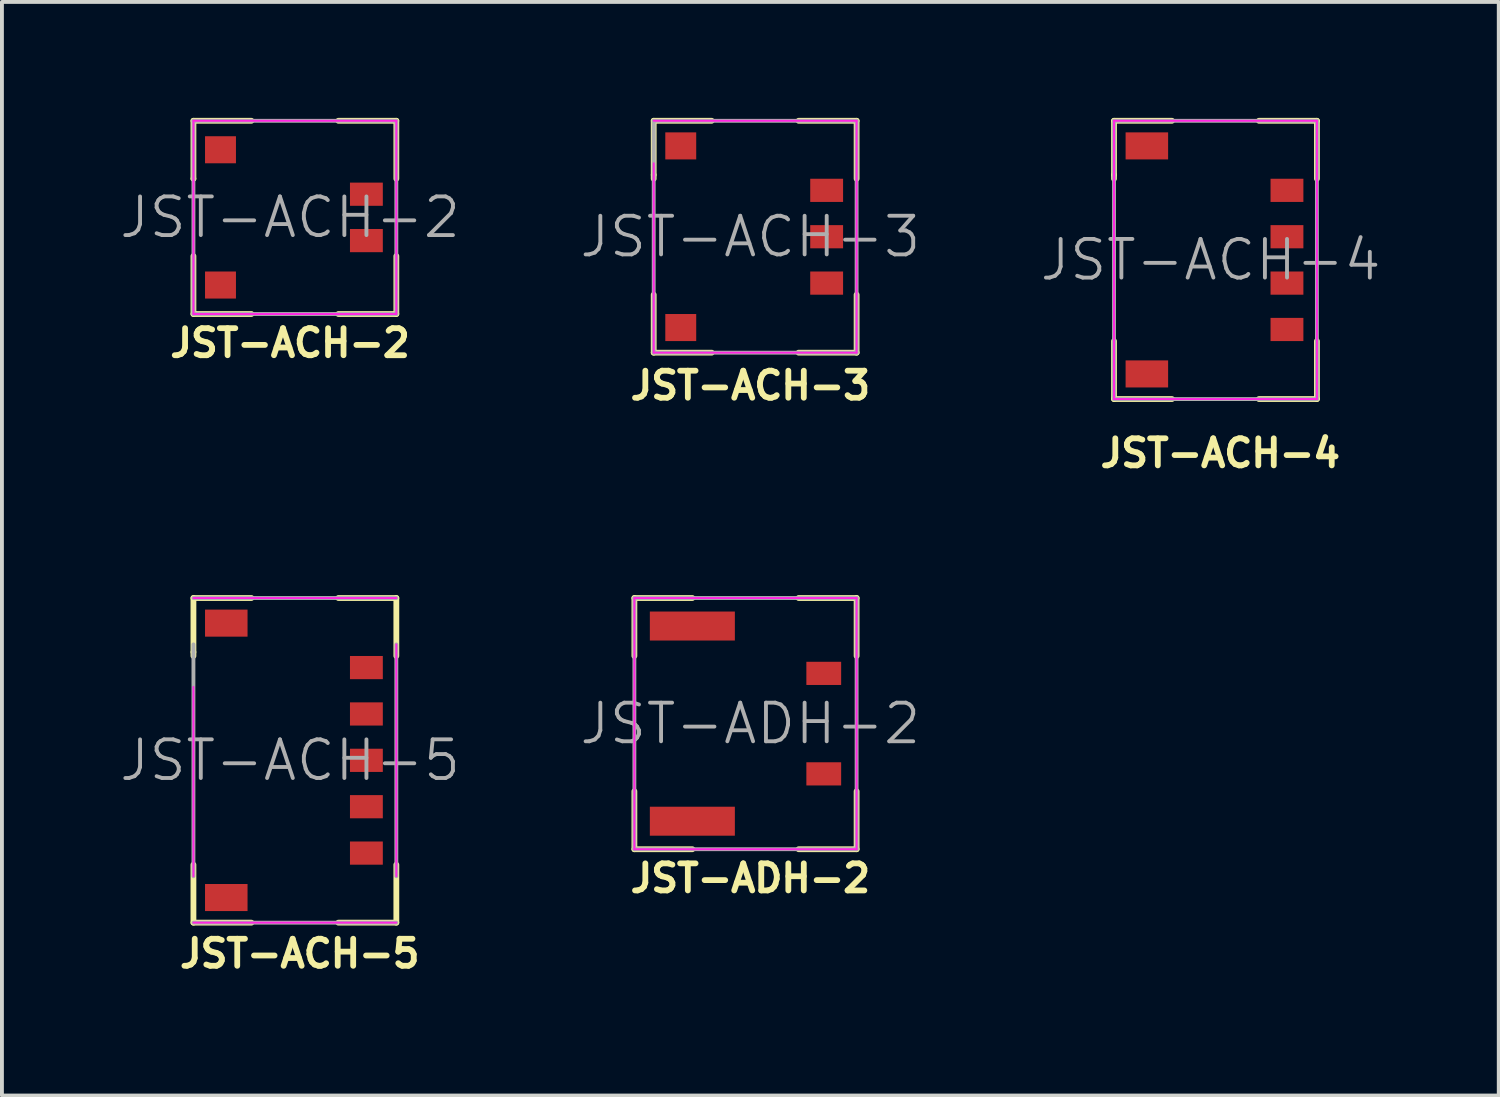
<source format=kicad_pcb>
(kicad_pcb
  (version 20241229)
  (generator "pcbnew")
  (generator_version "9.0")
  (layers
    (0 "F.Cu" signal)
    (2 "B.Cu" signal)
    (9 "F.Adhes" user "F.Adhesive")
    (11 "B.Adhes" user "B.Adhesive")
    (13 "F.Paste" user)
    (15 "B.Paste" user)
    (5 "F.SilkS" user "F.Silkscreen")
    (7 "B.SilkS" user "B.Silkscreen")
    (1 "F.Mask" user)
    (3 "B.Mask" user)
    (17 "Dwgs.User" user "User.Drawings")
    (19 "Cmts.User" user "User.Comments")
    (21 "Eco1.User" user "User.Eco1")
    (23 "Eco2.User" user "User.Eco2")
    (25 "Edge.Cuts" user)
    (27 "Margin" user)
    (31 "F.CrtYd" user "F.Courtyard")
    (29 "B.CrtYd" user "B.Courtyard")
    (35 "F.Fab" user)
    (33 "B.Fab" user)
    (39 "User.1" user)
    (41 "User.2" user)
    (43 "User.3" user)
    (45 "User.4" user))
  (footprint "JST-ACH-2"
    (layer "F.Cu")
    (at 4.455 2.575)
    (property "Reference" "JST-ACH-2" (at 0 3.25 0) (layer "F.SilkS") (effects (font (size 0.7 0.7) (thickness 0.15))))
    (attr through_hole)
    (fp_line (start -2.5 -2.5) (end -2.5 -1) (stroke (width 0.15) (type solid)) (layer "F.SilkS"))
    (fp_line (start -2.5 -2.5) (end -1 -2.5) (stroke (width 0.15) (type solid)) (layer "F.SilkS"))
    (fp_line (start -2.5 -1) (end -2.5 -1) (stroke (width 0.15) (type solid)) (layer "F.SilkS"))
    (fp_line (start -2.5 2.5) (end -2.5 1) (stroke (width 0.15) (type solid)) (layer "F.SilkS"))
    (fp_line (start -1 2.5) (end -2.5 2.5) (stroke (width 0.15) (type solid)) (layer "F.SilkS"))
    (fp_line (start 1.25 -2.5) (end 2.75 -2.5) (stroke (width 0.15) (type solid)) (layer "F.SilkS"))
    (fp_line (start 2.75 -2.5) (end 2.75 -1) (stroke (width 0.15) (type solid)) (layer "F.SilkS"))
    (fp_line (start 2.75 1) (end 2.75 2.5) (stroke (width 0.15) (type solid)) (layer "F.SilkS"))
    (fp_line (start 2.75 2.5) (end 1.25 2.5) (stroke (width 0.15) (type solid)) (layer "F.SilkS"))
    (fp_line (start -2.5 -2.5) (end 2.75 -2.5) (stroke (width 0.05) (type solid)) (layer "F.CrtYd"))
    (fp_line (start -2.5 2.5) (end -2.5 -2.5) (stroke (width 0.05) (type solid)) (layer "F.CrtYd"))
    (fp_line (start 2.75 -2.5) (end 2.75 2.5) (stroke (width 0.05) (type solid)) (layer "F.CrtYd"))
    (fp_line (start 2.75 2.5) (end -2.5 2.5) (stroke (width 0.05) (type solid)) (layer "F.CrtYd"))
    (fp_line (start -2.5 -2.5) (end 2.75 -2.5) (stroke (width 0.1) (type solid)) (layer "F.Fab"))
    (fp_line (start -2.5 2.5) (end -2.5 -2.5) (stroke (width 0.1) (type solid)) (layer "F.Fab"))
    (fp_line (start 2.75 -2.5) (end 2.75 2.5) (stroke (width 0.1) (type solid)) (layer "F.Fab"))
    (fp_line (start 2.75 2.5) (end -2.5 2.5) (stroke (width 0.1) (type solid)) (layer "F.Fab"))
    (fp_text user "${REFERENCE}" (at 0 0 0) (layer "F.Fab") (effects (font (size 1 1) (thickness 0.1))))
    (pad "" smd rect (at -1.8 -1.75) (size 0.8 0.7) (layers "F.Cu" "F.Mask" "F.Paste"))
    (pad "" smd rect (at -1.8 1.75) (size 0.8 0.7) (layers "F.Cu" "F.Mask" "F.Paste"))
    (pad "1" smd rect (at 1.975 -0.6) (size 0.85 0.6) (layers "F.Cu" "F.Mask" "F.Paste"))
    (pad "2" smd rect (at 1.975 0.6) (size 0.85 0.6) (layers "F.Cu" "F.Mask" "F.Paste")))
  (footprint "JST-ADH-2"
    (layer "F.Cu")
    (at 16.364 15.673)
    (property "Reference" "JST-ADH-2" (at 0 4 0) (layer "F.SilkS") (effects (font (size 0.7 0.7) (thickness 0.15))))
    (attr through_hole)
    (fp_line (start -3 -3.25) (end -3 -1.75) (stroke (width 0.15) (type solid)) (layer "F.SilkS"))
    (fp_line (start -3 -3.25) (end -1.5 -3.25) (stroke (width 0.15) (type solid)) (layer "F.SilkS"))
    (fp_line (start -3 3.25) (end -3 1.75) (stroke (width 0.15) (type solid)) (layer "F.SilkS"))
    (fp_line (start -3 3.25) (end -1.5 3.25) (stroke (width 0.15) (type solid)) (layer "F.SilkS"))
    (fp_line (start 1.25 -3.25) (end 2.75 -3.25) (stroke (width 0.15) (type solid)) (layer "F.SilkS"))
    (fp_line (start 1.25 3.25) (end 2.75 3.25) (stroke (width 0.15) (type solid)) (layer "F.SilkS"))
    (fp_line (start 2.75 -3.25) (end 2.75 -1.75) (stroke (width 0.15) (type solid)) (layer "F.SilkS"))
    (fp_line (start 2.75 3.25) (end 2.75 1.75) (stroke (width 0.15) (type solid)) (layer "F.SilkS"))
    (fp_line (start -3 -3.25) (end -3 3.25) (stroke (width 0.05) (type solid)) (layer "F.CrtYd"))
    (fp_line (start -3 -3.25) (end 2.75 -3.25) (stroke (width 0.05) (type solid)) (layer "F.CrtYd"))
    (fp_line (start -3 3.25) (end 2.75 3.25) (stroke (width 0.05) (type solid)) (layer "F.CrtYd"))
    (fp_line (start 2.75 3.25) (end 2.75 -3.25) (stroke (width 0.05) (type solid)) (layer "F.CrtYd"))
    (fp_line (start -3 -3.25) (end 2.75 -3.25) (stroke (width 0.1) (type solid)) (layer "F.Fab"))
    (fp_line (start -3 3.25) (end -3 -3.25) (stroke (width 0.1) (type solid)) (layer "F.Fab"))
    (fp_line (start -3 3.25) (end 2.75 3.25) (stroke (width 0.1) (type solid)) (layer "F.Fab"))
    (fp_line (start 2.75 -3.25) (end 2.75 3.25) (stroke (width 0.1) (type solid)) (layer "F.Fab"))
    (fp_text user "${REFERENCE}" (at 0 0 0) (layer "F.Fab") (effects (font (size 1 1) (thickness 0.1))))
    (pad "" smd rect (at -1.5 -2.525) (size 2.2 0.75) (layers "F.Cu" "F.Mask" "F.Paste"))
    (pad "" smd rect (at -1.5 2.525 180) (size 2.2 0.75) (layers "F.Cu" "F.Mask" "F.Paste"))
    (pad "1" smd rect (at 1.9 -1.3) (size 0.9 0.6) (layers "F.Cu" "F.Mask" "F.Paste"))
    (pad "2" smd rect (at 1.9 1.3 180) (size 0.9 0.6) (layers "F.Cu" "F.Mask" "F.Paste")))
  (footprint "JST-ACH-3"
    (layer "F.Cu")
    (at 16.364 3.075)
    (property "Reference" "JST-ACH-3" (at 0 3.85 0) (layer "F.SilkS") (effects (font (size 0.7 0.7) (thickness 0.15))))
    (attr through_hole)
    (fp_line (start -2.5 -3) (end -2.5 -1.5) (stroke (width 0.15) (type solid)) (layer "F.SilkS"))
    (fp_line (start -2.5 -3) (end -1 -3) (stroke (width 0.15) (type solid)) (layer "F.SilkS"))
    (fp_line (start -2.5 -1.6) (end -2.5 -1.6) (stroke (width 0.15) (type solid)) (layer "F.SilkS"))
    (fp_line (start -2.5 3) (end -2.5 1.5) (stroke (width 0.15) (type solid)) (layer "F.SilkS"))
    (fp_line (start -1 3) (end -2.5 3) (stroke (width 0.15) (type solid)) (layer "F.SilkS"))
    (fp_line (start 1.25 -3) (end 2.75 -3) (stroke (width 0.15) (type solid)) (layer "F.SilkS"))
    (fp_line (start 2.75 -3) (end 2.75 -1.5) (stroke (width 0.15) (type solid)) (layer "F.SilkS"))
    (fp_line (start 2.75 1.5) (end 2.75 3) (stroke (width 0.15) (type solid)) (layer "F.SilkS"))
    (fp_line (start 2.75 3) (end 1.25 3) (stroke (width 0.15) (type solid)) (layer "F.SilkS"))
    (fp_line (start -2.5 -3) (end 2.75 -3) (stroke (width 0.05) (type solid)) (layer "F.CrtYd"))
    (fp_line (start -2.5 3) (end -2.5 -1.9) (stroke (width 0.05) (type solid)) (layer "F.CrtYd"))
    (fp_line (start 2.75 -3) (end 2.75 3) (stroke (width 0.05) (type solid)) (layer "F.CrtYd"))
    (fp_line (start 2.75 3) (end -2.5 3) (stroke (width 0.05) (type solid)) (layer "F.CrtYd"))
    (fp_line (start -2.5 -3) (end 2.75 -3) (stroke (width 0.1) (type solid)) (layer "F.Fab"))
    (fp_line (start -2.5 3) (end -2.5 -3) (stroke (width 0.1) (type solid)) (layer "F.Fab"))
    (fp_line (start 2.75 -3) (end 2.75 3) (stroke (width 0.1) (type solid)) (layer "F.Fab"))
    (fp_line (start 2.75 3) (end -2.5 3) (stroke (width 0.1) (type solid)) (layer "F.Fab"))
    (fp_text user "${REFERENCE}" (at 0 0 0) (layer "F.Fab") (effects (font (size 1 1) (thickness 0.1))))
    (pad "" smd rect (at -1.8 -2.35) (size 0.8 0.7) (layers "F.Cu" "F.Mask" "F.Paste"))
    (pad "" smd rect (at -1.8 2.35) (size 0.8 0.7) (layers "F.Cu" "F.Mask" "F.Paste"))
    (pad "1" smd rect (at 1.975 -1.2) (size 0.85 0.6) (layers "F.Cu" "F.Mask" "F.Paste"))
    (pad "2" smd rect (at 1.975 0) (size 0.85 0.6) (layers "F.Cu" "F.Mask" "F.Paste"))
    (pad "3" smd rect (at 1.975 1.2) (size 0.85 0.6) (layers "F.Cu" "F.Mask" "F.Paste")))
  (footprint "JST-ACH-5"
    (layer "F.Cu")
    (at 4.455 16.623)
    (property "Reference" "JST-ACH-5" (at 0.25 5 0) (layer "F.SilkS") (effects (font (size 0.7 0.7) (thickness 0.15))))
    (attr through_hole)
    (fp_line (start -2.5 -4.2) (end -2.5 -2.7) (stroke (width 0.15) (type solid)) (layer "F.SilkS"))
    (fp_line (start -2.5 -4.2) (end -1 -4.2) (stroke (width 0.15) (type solid)) (layer "F.SilkS"))
    (fp_line (start -2.5 -2.8) (end -2.5 -2.8) (stroke (width 0.15) (type solid)) (layer "F.SilkS"))
    (fp_line (start -2.5 4.2) (end -2.5 2.7) (stroke (width 0.15) (type solid)) (layer "F.SilkS"))
    (fp_line (start -1 4.2) (end -2.5 4.2) (stroke (width 0.15) (type solid)) (layer "F.SilkS"))
    (fp_line (start 1.25 -4.2) (end 2.75 -4.2) (stroke (width 0.15) (type solid)) (layer "F.SilkS"))
    (fp_line (start 2.75 -4.2) (end 2.75 -2.7) (stroke (width 0.15) (type solid)) (layer "F.SilkS"))
    (fp_line (start 2.75 2.7) (end 2.75 4.2) (stroke (width 0.15) (type solid)) (layer "F.SilkS"))
    (fp_line (start 2.75 4.2) (end 1.25 4.2) (stroke (width 0.15) (type solid)) (layer "F.SilkS"))
    (fp_line (start -2.5 -4.2) (end 2.75 -4.2) (stroke (width 0.05) (type solid)) (layer "F.CrtYd"))
    (fp_line (start -2.5 3) (end -2.5 -1.9) (stroke (width 0.05) (type solid)) (layer "F.CrtYd"))
    (fp_line (start 2.75 -3) (end 2.75 3) (stroke (width 0.05) (type solid)) (layer "F.CrtYd"))
    (fp_line (start 2.75 4.2) (end -2.5 4.2) (stroke (width 0.05) (type solid)) (layer "F.CrtYd"))
    (fp_line (start -2.5 -4.2) (end 2.75 -4.2) (stroke (width 0.1) (type solid)) (layer "F.Fab"))
    (fp_line (start -2.5 3) (end -2.5 -3) (stroke (width 0.1) (type solid)) (layer "F.Fab"))
    (fp_line (start 2.75 -3) (end 2.75 3) (stroke (width 0.1) (type solid)) (layer "F.Fab"))
    (fp_line (start 2.75 4.2) (end -2.5 4.2) (stroke (width 0.1) (type solid)) (layer "F.Fab"))
    (fp_text user "${REFERENCE}" (at 0 0 0) (layer "F.Fab") (effects (font (size 1 1) (thickness 0.1))))
    (pad "" smd rect (at -1.65 -3.55) (size 1.1 0.7) (layers "F.Cu" "F.Mask" "F.Paste"))
    (pad "" smd rect (at -1.65 3.55) (size 1.1 0.7) (layers "F.Cu" "F.Mask" "F.Paste"))
    (pad "1" smd rect (at 1.975 -2.4) (size 0.85 0.6) (layers "F.Cu" "F.Mask" "F.Paste"))
    (pad "2" smd rect (at 1.975 -1.2) (size 0.85 0.6) (layers "F.Cu" "F.Mask" "F.Paste"))
    (pad "3" smd rect (at 1.975 0) (size 0.85 0.6) (layers "F.Cu" "F.Mask" "F.Paste"))
    (pad "4" smd rect (at 1.975 1.2) (size 0.85 0.6) (layers "F.Cu" "F.Mask" "F.Paste"))
    (pad "5" smd rect (at 1.975 2.4) (size 0.85 0.6) (layers "F.Cu" "F.Mask" "F.Paste")))
  (footprint "JST-ACH-4"
    (layer "F.Cu")
    (at 28.274 3.675)
    (property "Reference" "JST-ACH-4" (at 0.25 5 0) (layer "F.SilkS") (effects (font (size 0.7 0.7) (thickness 0.15))))
    (attr through_hole)
    (fp_line (start -2.5 -3.6) (end -2.5 -2.1) (stroke (width 0.15) (type solid)) (layer "F.SilkS"))
    (fp_line (start -2.5 -3.6) (end -1 -3.6) (stroke (width 0.15) (type solid)) (layer "F.SilkS"))
    (fp_line (start -2.5 -2.2) (end -2.5 -2.2) (stroke (width 0.15) (type solid)) (layer "F.SilkS"))
    (fp_line (start -2.5 3.6) (end -2.5 2.1) (stroke (width 0.15) (type solid)) (layer "F.SilkS"))
    (fp_line (start -1 3.6) (end -2.5 3.6) (stroke (width 0.15) (type solid)) (layer "F.SilkS"))
    (fp_line (start 1.25 -3.6) (end 2.75 -3.6) (stroke (width 0.15) (type solid)) (layer "F.SilkS"))
    (fp_line (start 2.75 -3.6) (end 2.75 -2.1) (stroke (width 0.15) (type solid)) (layer "F.SilkS"))
    (fp_line (start 2.75 2.1) (end 2.75 3.6) (stroke (width 0.15) (type solid)) (layer "F.SilkS"))
    (fp_line (start 2.75 3.6) (end 1.25 3.6) (stroke (width 0.15) (type solid)) (layer "F.SilkS"))
    (fp_line (start -2.5 -3.6) (end 2.75 -3.6) (stroke (width 0.05) (type solid)) (layer "F.CrtYd"))
    (fp_line (start -2.5 3.6) (end -2.5 -3.6) (stroke (width 0.05) (type solid)) (layer "F.CrtYd"))
    (fp_line (start 2.75 -3.6) (end 2.75 3.6) (stroke (width 0.05) (type solid)) (layer "F.CrtYd"))
    (fp_line (start 2.75 3.6) (end -2.5 3.6) (stroke (width 0.05) (type solid)) (layer "F.CrtYd"))
    (fp_line (start -2.5 -3.6) (end 2.75 -3.6) (stroke (width 0.1) (type solid)) (layer "F.Fab"))
    (fp_line (start -2.5 3.6) (end -2.5 -3.6) (stroke (width 0.1) (type solid)) (layer "F.Fab"))
    (fp_line (start 2.75 -3.6) (end 2.75 3.6) (stroke (width 0.1) (type solid)) (layer "F.Fab"))
    (fp_line (start 2.75 3.6) (end -2.5 3.6) (stroke (width 0.1) (type solid)) (layer "F.Fab"))
    (fp_text user "${REFERENCE}" (at 0 0 0) (layer "F.Fab") (effects (font (size 1 1) (thickness 0.1))))
    (pad "" smd rect (at -1.65 -2.95) (size 1.1 0.7) (layers "F.Cu" "F.Mask" "F.Paste"))
    (pad "" smd rect (at -1.65 2.95) (size 1.1 0.7) (layers "F.Cu" "F.Mask" "F.Paste"))
    (pad "1" smd rect (at 1.975 -1.8) (size 0.85 0.6) (layers "F.Cu" "F.Mask" "F.Paste"))
    (pad "2" smd rect (at 1.975 -0.6) (size 0.85 0.6) (layers "F.Cu" "F.Mask" "F.Paste"))
    (pad "3" smd rect (at 1.975 0.6) (size 0.85 0.6) (layers "F.Cu" "F.Mask" "F.Paste"))
    (pad "4" smd rect (at 1.975 1.8) (size 0.85 0.6) (layers "F.Cu" "F.Mask" "F.Paste")))
  (gr_rect
    (start -3 -3)
    (end 35.729 25.296)
    (stroke (width 0.1) (type default))
    (fill no)
    (layer "Edge.Cuts")))
</source>
